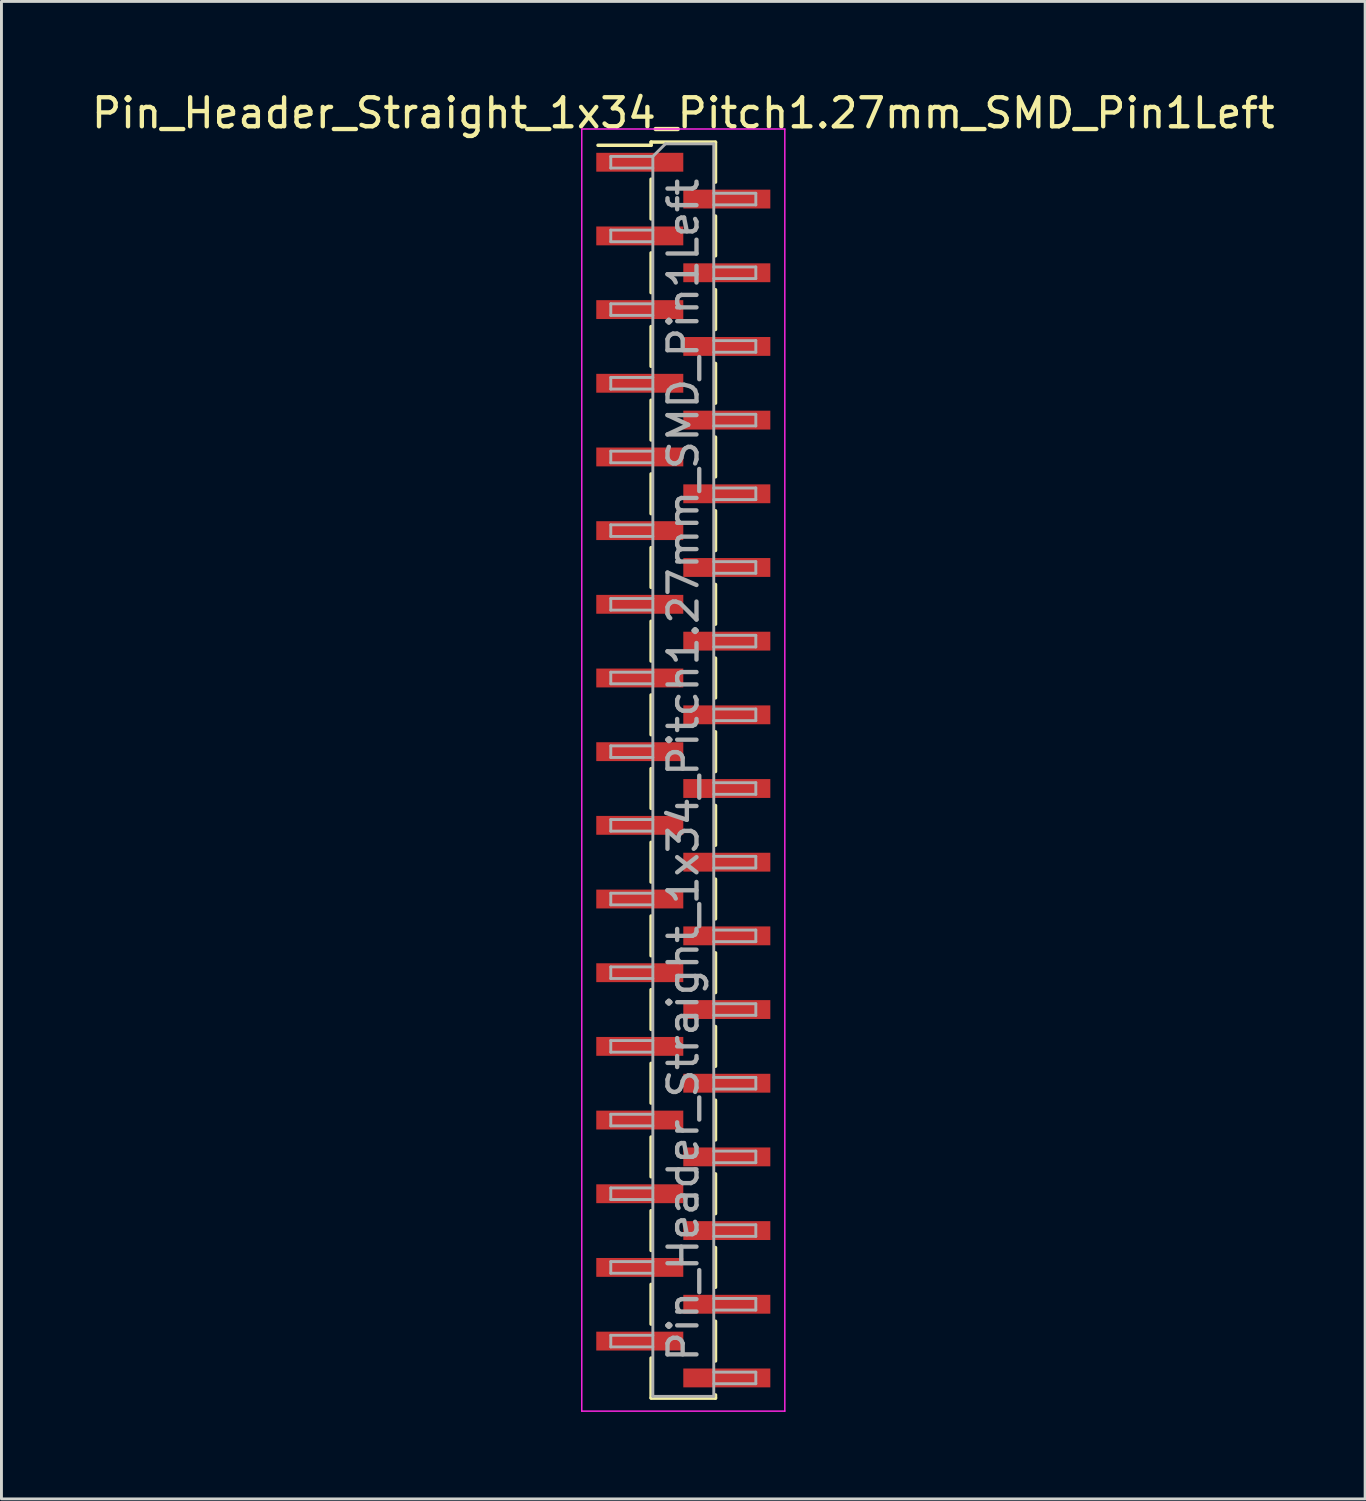
<source format=kicad_pcb>
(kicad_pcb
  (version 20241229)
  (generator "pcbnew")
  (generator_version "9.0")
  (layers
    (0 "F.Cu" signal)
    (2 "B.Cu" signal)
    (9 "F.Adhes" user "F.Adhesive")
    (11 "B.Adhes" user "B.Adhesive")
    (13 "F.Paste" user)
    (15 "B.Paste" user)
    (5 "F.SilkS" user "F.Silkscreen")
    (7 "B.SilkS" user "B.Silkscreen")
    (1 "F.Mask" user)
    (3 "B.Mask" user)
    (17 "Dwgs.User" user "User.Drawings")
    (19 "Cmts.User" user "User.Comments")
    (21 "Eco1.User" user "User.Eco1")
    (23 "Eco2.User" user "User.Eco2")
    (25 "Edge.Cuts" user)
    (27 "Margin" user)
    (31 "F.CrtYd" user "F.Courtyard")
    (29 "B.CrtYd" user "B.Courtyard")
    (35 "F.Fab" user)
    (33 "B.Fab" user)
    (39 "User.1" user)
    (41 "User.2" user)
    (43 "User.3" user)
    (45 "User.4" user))
  (footprint "Pin_Header_Straight_1x34_Pitch1.27mm_SMD_Pin1Left"
    (layer "F.Cu")
    (at 20.506 23.498)
    (property "Reference" "Pin_Header_Straight_1x34_Pitch1.27mm_SMD_Pin1Left" (at 0 -22.65 0) (layer "F.SilkS") (effects (font (size 1 1) (thickness 0.15))))
    (attr smd)
    (fp_line (start -1.11 -21.65) (end -1.11 -21.54) (stroke (width 0.12) (type solid)) (layer "F.SilkS"))
    (fp_line (start -1.11 -21.65) (end 1.11 -21.65) (stroke (width 0.12) (type solid)) (layer "F.SilkS"))
    (fp_line (start -1.11 -21.54) (end -2.94 -21.54) (stroke (width 0.12) (type solid)) (layer "F.SilkS"))
    (fp_line (start -1.11 -20.37) (end -1.11 -19) (stroke (width 0.12) (type solid)) (layer "F.SilkS"))
    (fp_line (start -1.11 -17.83) (end -1.11 -16.46) (stroke (width 0.12) (type solid)) (layer "F.SilkS"))
    (fp_line (start -1.11 -15.29) (end -1.11 -13.92) (stroke (width 0.12) (type solid)) (layer "F.SilkS"))
    (fp_line (start -1.11 -12.75) (end -1.11 -11.38) (stroke (width 0.12) (type solid)) (layer "F.SilkS"))
    (fp_line (start -1.11 -10.21) (end -1.11 -8.84) (stroke (width 0.12) (type solid)) (layer "F.SilkS"))
    (fp_line (start -1.11 -7.67) (end -1.11 -6.3) (stroke (width 0.12) (type solid)) (layer "F.SilkS"))
    (fp_line (start -1.11 -5.13) (end -1.11 -3.76) (stroke (width 0.12) (type solid)) (layer "F.SilkS"))
    (fp_line (start -1.11 -2.59) (end -1.11 -1.22) (stroke (width 0.12) (type solid)) (layer "F.SilkS"))
    (fp_line (start -1.11 -0.05) (end -1.11 1.32) (stroke (width 0.12) (type solid)) (layer "F.SilkS"))
    (fp_line (start -1.11 2.49) (end -1.11 3.86) (stroke (width 0.12) (type solid)) (layer "F.SilkS"))
    (fp_line (start -1.11 5.03) (end -1.11 6.4) (stroke (width 0.12) (type solid)) (layer "F.SilkS"))
    (fp_line (start -1.11 7.57) (end -1.11 8.94) (stroke (width 0.12) (type solid)) (layer "F.SilkS"))
    (fp_line (start -1.11 10.11) (end -1.11 11.48) (stroke (width 0.12) (type solid)) (layer "F.SilkS"))
    (fp_line (start -1.11 12.65) (end -1.11 14.02) (stroke (width 0.12) (type solid)) (layer "F.SilkS"))
    (fp_line (start -1.11 15.19) (end -1.11 16.56) (stroke (width 0.12) (type solid)) (layer "F.SilkS"))
    (fp_line (start -1.11 17.73) (end -1.11 19.1) (stroke (width 0.12) (type solid)) (layer "F.SilkS"))
    (fp_line (start -1.11 20.27) (end -1.11 21.64) (stroke (width 0.12) (type solid)) (layer "F.SilkS"))
    (fp_line (start -1.11 21.65) (end 1.11 21.65) (stroke (width 0.12) (type solid)) (layer "F.SilkS"))
    (fp_line (start 1.11 -21.64) (end 1.11 -20.27) (stroke (width 0.12) (type solid)) (layer "F.SilkS"))
    (fp_line (start 1.11 -19.1) (end 1.11 -17.73) (stroke (width 0.12) (type solid)) (layer "F.SilkS"))
    (fp_line (start 1.11 -16.56) (end 1.11 -15.19) (stroke (width 0.12) (type solid)) (layer "F.SilkS"))
    (fp_line (start 1.11 -14.02) (end 1.11 -12.65) (stroke (width 0.12) (type solid)) (layer "F.SilkS"))
    (fp_line (start 1.11 -11.48) (end 1.11 -10.11) (stroke (width 0.12) (type solid)) (layer "F.SilkS"))
    (fp_line (start 1.11 -8.94) (end 1.11 -7.57) (stroke (width 0.12) (type solid)) (layer "F.SilkS"))
    (fp_line (start 1.11 -6.4) (end 1.11 -5.03) (stroke (width 0.12) (type solid)) (layer "F.SilkS"))
    (fp_line (start 1.11 -3.86) (end 1.11 -2.49) (stroke (width 0.12) (type solid)) (layer "F.SilkS"))
    (fp_line (start 1.11 -1.32) (end 1.11 0.05) (stroke (width 0.12) (type solid)) (layer "F.SilkS"))
    (fp_line (start 1.11 1.22) (end 1.11 2.59) (stroke (width 0.12) (type solid)) (layer "F.SilkS"))
    (fp_line (start 1.11 3.76) (end 1.11 5.13) (stroke (width 0.12) (type solid)) (layer "F.SilkS"))
    (fp_line (start 1.11 6.3) (end 1.11 7.67) (stroke (width 0.12) (type solid)) (layer "F.SilkS"))
    (fp_line (start 1.11 8.84) (end 1.11 10.21) (stroke (width 0.12) (type solid)) (layer "F.SilkS"))
    (fp_line (start 1.11 11.38) (end 1.11 12.75) (stroke (width 0.12) (type solid)) (layer "F.SilkS"))
    (fp_line (start 1.11 13.92) (end 1.11 15.29) (stroke (width 0.12) (type solid)) (layer "F.SilkS"))
    (fp_line (start 1.11 16.46) (end 1.11 17.83) (stroke (width 0.12) (type solid)) (layer "F.SilkS"))
    (fp_line (start 1.11 19) (end 1.11 20.37) (stroke (width 0.12) (type solid)) (layer "F.SilkS"))
    (fp_line (start 1.11 21.54) (end 1.11 21.65) (stroke (width 0.12) (type solid)) (layer "F.SilkS"))
    (fp_line (start -3.5 -22.1) (end -3.5 22.1) (stroke (width 0.05) (type solid)) (layer "F.CrtYd"))
    (fp_line (start -3.5 22.1) (end 3.5 22.1) (stroke (width 0.05) (type solid)) (layer "F.CrtYd"))
    (fp_line (start 3.5 -22.1) (end -3.5 -22.1) (stroke (width 0.05) (type solid)) (layer "F.CrtYd"))
    (fp_line (start 3.5 22.1) (end 3.5 -22.1) (stroke (width 0.05) (type solid)) (layer "F.CrtYd"))
    (fp_line (start -2.5 -21.155) (end -2.5 -20.755) (stroke (width 0.1) (type solid)) (layer "F.Fab"))
    (fp_line (start -2.5 -20.755) (end -1.05 -20.755) (stroke (width 0.1) (type solid)) (layer "F.Fab"))
    (fp_line (start -2.5 -18.615) (end -2.5 -18.215) (stroke (width 0.1) (type solid)) (layer "F.Fab"))
    (fp_line (start -2.5 -18.215) (end -1.05 -18.215) (stroke (width 0.1) (type solid)) (layer "F.Fab"))
    (fp_line (start -2.5 -16.075) (end -2.5 -15.675) (stroke (width 0.1) (type solid)) (layer "F.Fab"))
    (fp_line (start -2.5 -15.675) (end -1.05 -15.675) (stroke (width 0.1) (type solid)) (layer "F.Fab"))
    (fp_line (start -2.5 -13.535) (end -2.5 -13.135) (stroke (width 0.1) (type solid)) (layer "F.Fab"))
    (fp_line (start -2.5 -13.135) (end -1.05 -13.135) (stroke (width 0.1) (type solid)) (layer "F.Fab"))
    (fp_line (start -2.5 -10.995) (end -2.5 -10.595) (stroke (width 0.1) (type solid)) (layer "F.Fab"))
    (fp_line (start -2.5 -10.595) (end -1.05 -10.595) (stroke (width 0.1) (type solid)) (layer "F.Fab"))
    (fp_line (start -2.5 -8.455) (end -2.5 -8.055) (stroke (width 0.1) (type solid)) (layer "F.Fab"))
    (fp_line (start -2.5 -8.055) (end -1.05 -8.055) (stroke (width 0.1) (type solid)) (layer "F.Fab"))
    (fp_line (start -2.5 -5.915) (end -2.5 -5.515) (stroke (width 0.1) (type solid)) (layer "F.Fab"))
    (fp_line (start -2.5 -5.515) (end -1.05 -5.515) (stroke (width 0.1) (type solid)) (layer "F.Fab"))
    (fp_line (start -2.5 -3.375) (end -2.5 -2.975) (stroke (width 0.1) (type solid)) (layer "F.Fab"))
    (fp_line (start -2.5 -2.975) (end -1.05 -2.975) (stroke (width 0.1) (type solid)) (layer "F.Fab"))
    (fp_line (start -2.5 -0.835) (end -2.5 -0.435) (stroke (width 0.1) (type solid)) (layer "F.Fab"))
    (fp_line (start -2.5 -0.435) (end -1.05 -0.435) (stroke (width 0.1) (type solid)) (layer "F.Fab"))
    (fp_line (start -2.5 1.705) (end -2.5 2.105) (stroke (width 0.1) (type solid)) (layer "F.Fab"))
    (fp_line (start -2.5 2.105) (end -1.05 2.105) (stroke (width 0.1) (type solid)) (layer "F.Fab"))
    (fp_line (start -2.5 4.245) (end -2.5 4.645) (stroke (width 0.1) (type solid)) (layer "F.Fab"))
    (fp_line (start -2.5 4.645) (end -1.05 4.645) (stroke (width 0.1) (type solid)) (layer "F.Fab"))
    (fp_line (start -2.5 6.785) (end -2.5 7.185) (stroke (width 0.1) (type solid)) (layer "F.Fab"))
    (fp_line (start -2.5 7.185) (end -1.05 7.185) (stroke (width 0.1) (type solid)) (layer "F.Fab"))
    (fp_line (start -2.5 9.325) (end -2.5 9.725) (stroke (width 0.1) (type solid)) (layer "F.Fab"))
    (fp_line (start -2.5 9.725) (end -1.05 9.725) (stroke (width 0.1) (type solid)) (layer "F.Fab"))
    (fp_line (start -2.5 11.865) (end -2.5 12.265) (stroke (width 0.1) (type solid)) (layer "F.Fab"))
    (fp_line (start -2.5 12.265) (end -1.05 12.265) (stroke (width 0.1) (type solid)) (layer "F.Fab"))
    (fp_line (start -2.5 14.405) (end -2.5 14.805) (stroke (width 0.1) (type solid)) (layer "F.Fab"))
    (fp_line (start -2.5 14.805) (end -1.05 14.805) (stroke (width 0.1) (type solid)) (layer "F.Fab"))
    (fp_line (start -2.5 16.945) (end -2.5 17.345) (stroke (width 0.1) (type solid)) (layer "F.Fab"))
    (fp_line (start -2.5 17.345) (end -1.05 17.345) (stroke (width 0.1) (type solid)) (layer "F.Fab"))
    (fp_line (start -2.5 19.485) (end -2.5 19.885) (stroke (width 0.1) (type solid)) (layer "F.Fab"))
    (fp_line (start -2.5 19.885) (end -1.05 19.885) (stroke (width 0.1) (type solid)) (layer "F.Fab"))
    (fp_line (start -1.05 -21.155) (end -2.5 -21.155) (stroke (width 0.1) (type solid)) (layer "F.Fab"))
    (fp_line (start -1.05 -21.155) (end -0.615 -21.59) (stroke (width 0.1) (type solid)) (layer "F.Fab"))
    (fp_line (start -1.05 -18.615) (end -2.5 -18.615) (stroke (width 0.1) (type solid)) (layer "F.Fab"))
    (fp_line (start -1.05 -16.075) (end -2.5 -16.075) (stroke (width 0.1) (type solid)) (layer "F.Fab"))
    (fp_line (start -1.05 -13.535) (end -2.5 -13.535) (stroke (width 0.1) (type solid)) (layer "F.Fab"))
    (fp_line (start -1.05 -10.995) (end -2.5 -10.995) (stroke (width 0.1) (type solid)) (layer "F.Fab"))
    (fp_line (start -1.05 -8.455) (end -2.5 -8.455) (stroke (width 0.1) (type solid)) (layer "F.Fab"))
    (fp_line (start -1.05 -5.915) (end -2.5 -5.915) (stroke (width 0.1) (type solid)) (layer "F.Fab"))
    (fp_line (start -1.05 -3.375) (end -2.5 -3.375) (stroke (width 0.1) (type solid)) (layer "F.Fab"))
    (fp_line (start -1.05 -0.835) (end -2.5 -0.835) (stroke (width 0.1) (type solid)) (layer "F.Fab"))
    (fp_line (start -1.05 1.705) (end -2.5 1.705) (stroke (width 0.1) (type solid)) (layer "F.Fab"))
    (fp_line (start -1.05 4.245) (end -2.5 4.245) (stroke (width 0.1) (type solid)) (layer "F.Fab"))
    (fp_line (start -1.05 6.785) (end -2.5 6.785) (stroke (width 0.1) (type solid)) (layer "F.Fab"))
    (fp_line (start -1.05 9.325) (end -2.5 9.325) (stroke (width 0.1) (type solid)) (layer "F.Fab"))
    (fp_line (start -1.05 11.865) (end -2.5 11.865) (stroke (width 0.1) (type solid)) (layer "F.Fab"))
    (fp_line (start -1.05 14.405) (end -2.5 14.405) (stroke (width 0.1) (type solid)) (layer "F.Fab"))
    (fp_line (start -1.05 16.945) (end -2.5 16.945) (stroke (width 0.1) (type solid)) (layer "F.Fab"))
    (fp_line (start -1.05 19.485) (end -2.5 19.485) (stroke (width 0.1) (type solid)) (layer "F.Fab"))
    (fp_line (start -1.05 21.59) (end -1.05 -21.155) (stroke (width 0.1) (type solid)) (layer "F.Fab"))
    (fp_line (start -0.615 -21.59) (end 1.05 -21.59) (stroke (width 0.1) (type solid)) (layer "F.Fab"))
    (fp_line (start 1.05 -21.59) (end 1.05 21.59) (stroke (width 0.1) (type solid)) (layer "F.Fab"))
    (fp_line (start 1.05 -19.885) (end 2.5 -19.885) (stroke (width 0.1) (type solid)) (layer "F.Fab"))
    (fp_line (start 1.05 -17.345) (end 2.5 -17.345) (stroke (width 0.1) (type solid)) (layer "F.Fab"))
    (fp_line (start 1.05 -14.805) (end 2.5 -14.805) (stroke (width 0.1) (type solid)) (layer "F.Fab"))
    (fp_line (start 1.05 -12.265) (end 2.5 -12.265) (stroke (width 0.1) (type solid)) (layer "F.Fab"))
    (fp_line (start 1.05 -9.725) (end 2.5 -9.725) (stroke (width 0.1) (type solid)) (layer "F.Fab"))
    (fp_line (start 1.05 -7.185) (end 2.5 -7.185) (stroke (width 0.1) (type solid)) (layer "F.Fab"))
    (fp_line (start 1.05 -4.645) (end 2.5 -4.645) (stroke (width 0.1) (type solid)) (layer "F.Fab"))
    (fp_line (start 1.05 -2.105) (end 2.5 -2.105) (stroke (width 0.1) (type solid)) (layer "F.Fab"))
    (fp_line (start 1.05 0.435) (end 2.5 0.435) (stroke (width 0.1) (type solid)) (layer "F.Fab"))
    (fp_line (start 1.05 2.975) (end 2.5 2.975) (stroke (width 0.1) (type solid)) (layer "F.Fab"))
    (fp_line (start 1.05 5.515) (end 2.5 5.515) (stroke (width 0.1) (type solid)) (layer "F.Fab"))
    (fp_line (start 1.05 8.055) (end 2.5 8.055) (stroke (width 0.1) (type solid)) (layer "F.Fab"))
    (fp_line (start 1.05 10.595) (end 2.5 10.595) (stroke (width 0.1) (type solid)) (layer "F.Fab"))
    (fp_line (start 1.05 13.135) (end 2.5 13.135) (stroke (width 0.1) (type solid)) (layer "F.Fab"))
    (fp_line (start 1.05 15.675) (end 2.5 15.675) (stroke (width 0.1) (type solid)) (layer "F.Fab"))
    (fp_line (start 1.05 18.215) (end 2.5 18.215) (stroke (width 0.1) (type solid)) (layer "F.Fab"))
    (fp_line (start 1.05 20.755) (end 2.5 20.755) (stroke (width 0.1) (type solid)) (layer "F.Fab"))
    (fp_line (start 1.05 21.59) (end -1.05 21.59) (stroke (width 0.1) (type solid)) (layer "F.Fab"))
    (fp_line (start 2.5 -19.885) (end 2.5 -19.485) (stroke (width 0.1) (type solid)) (layer "F.Fab"))
    (fp_line (start 2.5 -19.485) (end 1.05 -19.485) (stroke (width 0.1) (type solid)) (layer "F.Fab"))
    (fp_line (start 2.5 -17.345) (end 2.5 -16.945) (stroke (width 0.1) (type solid)) (layer "F.Fab"))
    (fp_line (start 2.5 -16.945) (end 1.05 -16.945) (stroke (width 0.1) (type solid)) (layer "F.Fab"))
    (fp_line (start 2.5 -14.805) (end 2.5 -14.405) (stroke (width 0.1) (type solid)) (layer "F.Fab"))
    (fp_line (start 2.5 -14.405) (end 1.05 -14.405) (stroke (width 0.1) (type solid)) (layer "F.Fab"))
    (fp_line (start 2.5 -12.265) (end 2.5 -11.865) (stroke (width 0.1) (type solid)) (layer "F.Fab"))
    (fp_line (start 2.5 -11.865) (end 1.05 -11.865) (stroke (width 0.1) (type solid)) (layer "F.Fab"))
    (fp_line (start 2.5 -9.725) (end 2.5 -9.325) (stroke (width 0.1) (type solid)) (layer "F.Fab"))
    (fp_line (start 2.5 -9.325) (end 1.05 -9.325) (stroke (width 0.1) (type solid)) (layer "F.Fab"))
    (fp_line (start 2.5 -7.185) (end 2.5 -6.785) (stroke (width 0.1) (type solid)) (layer "F.Fab"))
    (fp_line (start 2.5 -6.785) (end 1.05 -6.785) (stroke (width 0.1) (type solid)) (layer "F.Fab"))
    (fp_line (start 2.5 -4.645) (end 2.5 -4.245) (stroke (width 0.1) (type solid)) (layer "F.Fab"))
    (fp_line (start 2.5 -4.245) (end 1.05 -4.245) (stroke (width 0.1) (type solid)) (layer "F.Fab"))
    (fp_line (start 2.5 -2.105) (end 2.5 -1.705) (stroke (width 0.1) (type solid)) (layer "F.Fab"))
    (fp_line (start 2.5 -1.705) (end 1.05 -1.705) (stroke (width 0.1) (type solid)) (layer "F.Fab"))
    (fp_line (start 2.5 0.435) (end 2.5 0.835) (stroke (width 0.1) (type solid)) (layer "F.Fab"))
    (fp_line (start 2.5 0.835) (end 1.05 0.835) (stroke (width 0.1) (type solid)) (layer "F.Fab"))
    (fp_line (start 2.5 2.975) (end 2.5 3.375) (stroke (width 0.1) (type solid)) (layer "F.Fab"))
    (fp_line (start 2.5 3.375) (end 1.05 3.375) (stroke (width 0.1) (type solid)) (layer "F.Fab"))
    (fp_line (start 2.5 5.515) (end 2.5 5.915) (stroke (width 0.1) (type solid)) (layer "F.Fab"))
    (fp_line (start 2.5 5.915) (end 1.05 5.915) (stroke (width 0.1) (type solid)) (layer "F.Fab"))
    (fp_line (start 2.5 8.055) (end 2.5 8.455) (stroke (width 0.1) (type solid)) (layer "F.Fab"))
    (fp_line (start 2.5 8.455) (end 1.05 8.455) (stroke (width 0.1) (type solid)) (layer "F.Fab"))
    (fp_line (start 2.5 10.595) (end 2.5 10.995) (stroke (width 0.1) (type solid)) (layer "F.Fab"))
    (fp_line (start 2.5 10.995) (end 1.05 10.995) (stroke (width 0.1) (type solid)) (layer "F.Fab"))
    (fp_line (start 2.5 13.135) (end 2.5 13.535) (stroke (width 0.1) (type solid)) (layer "F.Fab"))
    (fp_line (start 2.5 13.535) (end 1.05 13.535) (stroke (width 0.1) (type solid)) (layer "F.Fab"))
    (fp_line (start 2.5 15.675) (end 2.5 16.075) (stroke (width 0.1) (type solid)) (layer "F.Fab"))
    (fp_line (start 2.5 16.075) (end 1.05 16.075) (stroke (width 0.1) (type solid)) (layer "F.Fab"))
    (fp_line (start 2.5 18.215) (end 2.5 18.615) (stroke (width 0.1) (type solid)) (layer "F.Fab"))
    (fp_line (start 2.5 18.615) (end 1.05 18.615) (stroke (width 0.1) (type solid)) (layer "F.Fab"))
    (fp_line (start 2.5 20.755) (end 2.5 21.155) (stroke (width 0.1) (type solid)) (layer "F.Fab"))
    (fp_line (start 2.5 21.155) (end 1.05 21.155) (stroke (width 0.1) (type solid)) (layer "F.Fab"))
    (fp_text user "${REFERENCE}" (at 0 0 90) (layer "F.Fab") (effects (font (size 1 1) (thickness 0.15))))
    (pad "1" smd rect (at -1.5 -20.955) (size 3 0.65) (layers "F.Cu" "F.Mask" "F.Paste"))
    (pad "2" smd rect (at 1.5 -19.685) (size 3 0.65) (layers "F.Cu" "F.Mask" "F.Paste"))
    (pad "3" smd rect (at -1.5 -18.415) (size 3 0.65) (layers "F.Cu" "F.Mask" "F.Paste"))
    (pad "4" smd rect (at 1.5 -17.145) (size 3 0.65) (layers "F.Cu" "F.Mask" "F.Paste"))
    (pad "5" smd rect (at -1.5 -15.875) (size 3 0.65) (layers "F.Cu" "F.Mask" "F.Paste"))
    (pad "6" smd rect (at 1.5 -14.605) (size 3 0.65) (layers "F.Cu" "F.Mask" "F.Paste"))
    (pad "7" smd rect (at -1.5 -13.335) (size 3 0.65) (layers "F.Cu" "F.Mask" "F.Paste"))
    (pad "8" smd rect (at 1.5 -12.065) (size 3 0.65) (layers "F.Cu" "F.Mask" "F.Paste"))
    (pad "9" smd rect (at -1.5 -10.795) (size 3 0.65) (layers "F.Cu" "F.Mask" "F.Paste"))
    (pad "10" smd rect (at 1.5 -9.525) (size 3 0.65) (layers "F.Cu" "F.Mask" "F.Paste"))
    (pad "11" smd rect (at -1.5 -8.255) (size 3 0.65) (layers "F.Cu" "F.Mask" "F.Paste"))
    (pad "12" smd rect (at 1.5 -6.985) (size 3 0.65) (layers "F.Cu" "F.Mask" "F.Paste"))
    (pad "13" smd rect (at -1.5 -5.715) (size 3 0.65) (layers "F.Cu" "F.Mask" "F.Paste"))
    (pad "14" smd rect (at 1.5 -4.445) (size 3 0.65) (layers "F.Cu" "F.Mask" "F.Paste"))
    (pad "15" smd rect (at -1.5 -3.175) (size 3 0.65) (layers "F.Cu" "F.Mask" "F.Paste"))
    (pad "16" smd rect (at 1.5 -1.905) (size 3 0.65) (layers "F.Cu" "F.Mask" "F.Paste"))
    (pad "17" smd rect (at -1.5 -0.635) (size 3 0.65) (layers "F.Cu" "F.Mask" "F.Paste"))
    (pad "18" smd rect (at 1.5 0.635) (size 3 0.65) (layers "F.Cu" "F.Mask" "F.Paste"))
    (pad "19" smd rect (at -1.5 1.905) (size 3 0.65) (layers "F.Cu" "F.Mask" "F.Paste"))
    (pad "20" smd rect (at 1.5 3.175) (size 3 0.65) (layers "F.Cu" "F.Mask" "F.Paste"))
    (pad "21" smd rect (at -1.5 4.445) (size 3 0.65) (layers "F.Cu" "F.Mask" "F.Paste"))
    (pad "22" smd rect (at 1.5 5.715) (size 3 0.65) (layers "F.Cu" "F.Mask" "F.Paste"))
    (pad "23" smd rect (at -1.5 6.985) (size 3 0.65) (layers "F.Cu" "F.Mask" "F.Paste"))
    (pad "24" smd rect (at 1.5 8.255) (size 3 0.65) (layers "F.Cu" "F.Mask" "F.Paste"))
    (pad "25" smd rect (at -1.5 9.525) (size 3 0.65) (layers "F.Cu" "F.Mask" "F.Paste"))
    (pad "26" smd rect (at 1.5 10.795) (size 3 0.65) (layers "F.Cu" "F.Mask" "F.Paste"))
    (pad "27" smd rect (at -1.5 12.065) (size 3 0.65) (layers "F.Cu" "F.Mask" "F.Paste"))
    (pad "28" smd rect (at 1.5 13.335) (size 3 0.65) (layers "F.Cu" "F.Mask" "F.Paste"))
    (pad "29" smd rect (at -1.5 14.605) (size 3 0.65) (layers "F.Cu" "F.Mask" "F.Paste"))
    (pad "30" smd rect (at 1.5 15.875) (size 3 0.65) (layers "F.Cu" "F.Mask" "F.Paste"))
    (pad "31" smd rect (at -1.5 17.145) (size 3 0.65) (layers "F.Cu" "F.Mask" "F.Paste"))
    (pad "32" smd rect (at 1.5 18.415) (size 3 0.65) (layers "F.Cu" "F.Mask" "F.Paste"))
    (pad "33" smd rect (at -1.5 19.685) (size 3 0.65) (layers "F.Cu" "F.Mask" "F.Paste"))
    (pad "34" smd rect (at 1.5 20.955) (size 3 0.65) (layers "F.Cu" "F.Mask" "F.Paste")))
  (gr_rect
    (start -3 -3)
    (end 44.012 48.623)
    (stroke (width 0.1) (type default))
    (fill no)
    (layer "Edge.Cuts")))
</source>
